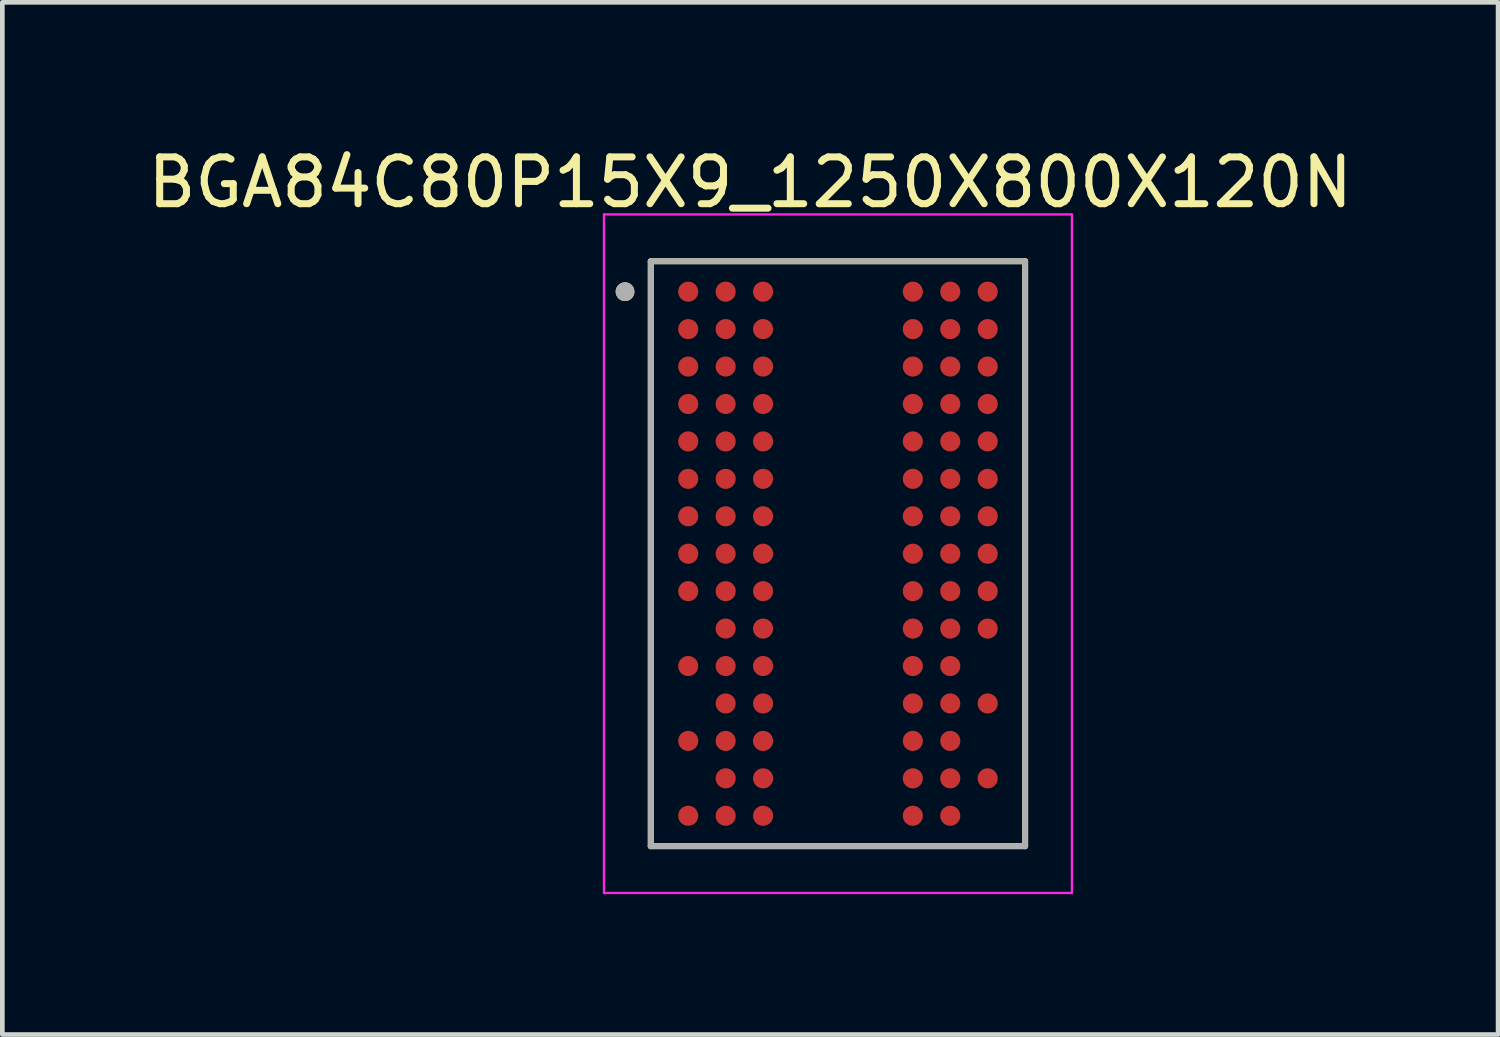
<source format=kicad_pcb>
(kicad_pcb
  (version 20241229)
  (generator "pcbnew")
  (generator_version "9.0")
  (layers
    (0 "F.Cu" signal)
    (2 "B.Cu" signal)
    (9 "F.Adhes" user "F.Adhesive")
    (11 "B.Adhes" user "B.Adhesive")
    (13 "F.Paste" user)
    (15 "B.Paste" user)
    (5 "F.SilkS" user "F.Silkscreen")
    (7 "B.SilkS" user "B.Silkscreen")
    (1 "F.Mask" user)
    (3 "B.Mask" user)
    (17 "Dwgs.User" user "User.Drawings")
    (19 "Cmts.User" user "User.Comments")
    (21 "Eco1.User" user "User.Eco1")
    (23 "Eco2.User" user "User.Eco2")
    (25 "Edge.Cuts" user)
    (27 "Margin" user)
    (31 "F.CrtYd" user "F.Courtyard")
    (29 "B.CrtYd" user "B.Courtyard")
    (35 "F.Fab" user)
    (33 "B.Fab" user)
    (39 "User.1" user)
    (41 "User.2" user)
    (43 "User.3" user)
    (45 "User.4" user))
  (footprint "BGA84C80P15X9_1250X800X120N"
    (layer "F.Cu")
    (at 14.857 8.783)
    (property "Reference" "BGA84C80P15X9_1250X800X120N" (at -1.875 -7.935 0) (layer "F.SilkS") (effects (font (size 1 1) (thickness 0.15))))
    (attr through_hole)
    (fp_line (start -4 -6.25) (end 4 -6.25) (stroke (width 0.127) (type solid)) (layer "F.SilkS"))
    (fp_line (start -4 6.25) (end -4 -6.25) (stroke (width 0.127) (type solid)) (layer "F.SilkS"))
    (fp_line (start 4 -6.25) (end 4 6.25) (stroke (width 0.127) (type solid)) (layer "F.SilkS"))
    (fp_line (start 4 6.25) (end -4 6.25) (stroke (width 0.127) (type solid)) (layer "F.SilkS"))
    (fp_circle (center -4.55 -5.6) (end -4.45 -5.6) (stroke (width 0.2) (type solid)) (fill no) (layer "F.SilkS"))
    (fp_line (start -5 -7.25) (end 5 -7.25) (stroke (width 0.05) (type solid)) (layer "F.CrtYd"))
    (fp_line (start -5 7.25) (end -5 -7.25) (stroke (width 0.05) (type solid)) (layer "F.CrtYd"))
    (fp_line (start -5 7.25) (end 5 7.25) (stroke (width 0.05) (type solid)) (layer "F.CrtYd"))
    (fp_line (start 5 7.25) (end 5 -7.25) (stroke (width 0.05) (type solid)) (layer "F.CrtYd"))
    (fp_line (start -4 6.25) (end -4 -6.25) (stroke (width 0.127) (type solid)) (layer "F.Fab"))
    (fp_line (start 4 -6.25) (end -4 -6.25) (stroke (width 0.127) (type solid)) (layer "F.Fab"))
    (fp_line (start 4 6.25) (end -4 6.25) (stroke (width 0.127) (type solid)) (layer "F.Fab"))
    (fp_line (start 4 6.25) (end 4 -6.25) (stroke (width 0.127) (type solid)) (layer "F.Fab"))
    (fp_circle (center -4.55 -5.6) (end -4.45 -5.6) (stroke (width 0.2) (type solid)) (fill no) (layer "F.Fab"))
    (pad "A1" smd circle (at -3.2 -5.6) (size 0.43 0.43) (layers "F.Cu" "F.Mask" "F.Paste"))
    (pad "A2" smd circle (at -2.4 -5.6) (size 0.43 0.43) (layers "F.Cu" "F.Mask" "F.Paste"))
    (pad "A3" smd circle (at -1.6 -5.6) (size 0.43 0.43) (layers "F.Cu" "F.Mask" "F.Paste"))
    (pad "A7" smd circle (at 1.6 -5.6) (size 0.43 0.43) (layers "F.Cu" "F.Mask" "F.Paste"))
    (pad "A8" smd circle (at 2.4 -5.6) (size 0.43 0.43) (layers "F.Cu" "F.Mask" "F.Paste"))
    (pad "A9" smd circle (at 3.2 -5.6) (size 0.43 0.43) (layers "F.Cu" "F.Mask" "F.Paste"))
    (pad "B1" smd circle (at -3.2 -4.8) (size 0.43 0.43) (layers "F.Cu" "F.Mask" "F.Paste"))
    (pad "B2" smd circle (at -2.4 -4.8) (size 0.43 0.43) (layers "F.Cu" "F.Mask" "F.Paste"))
    (pad "B3" smd circle (at -1.6 -4.8) (size 0.43 0.43) (layers "F.Cu" "F.Mask" "F.Paste"))
    (pad "B7" smd circle (at 1.6 -4.8) (size 0.43 0.43) (layers "F.Cu" "F.Mask" "F.Paste"))
    (pad "B8" smd circle (at 2.4 -4.8) (size 0.43 0.43) (layers "F.Cu" "F.Mask" "F.Paste"))
    (pad "B9" smd circle (at 3.2 -4.8) (size 0.43 0.43) (layers "F.Cu" "F.Mask" "F.Paste"))
    (pad "C1" smd circle (at -3.2 -4) (size 0.43 0.43) (layers "F.Cu" "F.Mask" "F.Paste"))
    (pad "C2" smd circle (at -2.4 -4) (size 0.43 0.43) (layers "F.Cu" "F.Mask" "F.Paste"))
    (pad "C3" smd circle (at -1.6 -4) (size 0.43 0.43) (layers "F.Cu" "F.Mask" "F.Paste"))
    (pad "C7" smd circle (at 1.6 -4) (size 0.43 0.43) (layers "F.Cu" "F.Mask" "F.Paste"))
    (pad "C8" smd circle (at 2.4 -4) (size 0.43 0.43) (layers "F.Cu" "F.Mask" "F.Paste"))
    (pad "C9" smd circle (at 3.2 -4) (size 0.43 0.43) (layers "F.Cu" "F.Mask" "F.Paste"))
    (pad "D1" smd circle (at -3.2 -3.2) (size 0.43 0.43) (layers "F.Cu" "F.Mask" "F.Paste"))
    (pad "D2" smd circle (at -2.4 -3.2) (size 0.43 0.43) (layers "F.Cu" "F.Mask" "F.Paste"))
    (pad "D3" smd circle (at -1.6 -3.2) (size 0.43 0.43) (layers "F.Cu" "F.Mask" "F.Paste"))
    (pad "D7" smd circle (at 1.6 -3.2) (size 0.43 0.43) (layers "F.Cu" "F.Mask" "F.Paste"))
    (pad "D8" smd circle (at 2.4 -3.2) (size 0.43 0.43) (layers "F.Cu" "F.Mask" "F.Paste"))
    (pad "D9" smd circle (at 3.2 -3.2) (size 0.43 0.43) (layers "F.Cu" "F.Mask" "F.Paste"))
    (pad "E1" smd circle (at -3.2 -2.4) (size 0.43 0.43) (layers "F.Cu" "F.Mask" "F.Paste"))
    (pad "E2" smd circle (at -2.4 -2.4) (size 0.43 0.43) (layers "F.Cu" "F.Mask" "F.Paste"))
    (pad "E3" smd circle (at -1.6 -2.4) (size 0.43 0.43) (layers "F.Cu" "F.Mask" "F.Paste"))
    (pad "E7" smd circle (at 1.6 -2.4) (size 0.43 0.43) (layers "F.Cu" "F.Mask" "F.Paste"))
    (pad "E8" smd circle (at 2.4 -2.4) (size 0.43 0.43) (layers "F.Cu" "F.Mask" "F.Paste"))
    (pad "E9" smd circle (at 3.2 -2.4) (size 0.43 0.43) (layers "F.Cu" "F.Mask" "F.Paste"))
    (pad "F1" smd circle (at -3.2 -1.6) (size 0.43 0.43) (layers "F.Cu" "F.Mask" "F.Paste"))
    (pad "F2" smd circle (at -2.4 -1.6) (size 0.43 0.43) (layers "F.Cu" "F.Mask" "F.Paste"))
    (pad "F3" smd circle (at -1.6 -1.6) (size 0.43 0.43) (layers "F.Cu" "F.Mask" "F.Paste"))
    (pad "F7" smd circle (at 1.6 -1.6) (size 0.43 0.43) (layers "F.Cu" "F.Mask" "F.Paste"))
    (pad "F8" smd circle (at 2.4 -1.6) (size 0.43 0.43) (layers "F.Cu" "F.Mask" "F.Paste"))
    (pad "F9" smd circle (at 3.2 -1.6) (size 0.43 0.43) (layers "F.Cu" "F.Mask" "F.Paste"))
    (pad "G1" smd circle (at -3.2 -0.8) (size 0.43 0.43) (layers "F.Cu" "F.Mask" "F.Paste"))
    (pad "G2" smd circle (at -2.4 -0.8) (size 0.43 0.43) (layers "F.Cu" "F.Mask" "F.Paste"))
    (pad "G3" smd circle (at -1.6 -0.8) (size 0.43 0.43) (layers "F.Cu" "F.Mask" "F.Paste"))
    (pad "G7" smd circle (at 1.6 -0.8) (size 0.43 0.43) (layers "F.Cu" "F.Mask" "F.Paste"))
    (pad "G8" smd circle (at 2.4 -0.8) (size 0.43 0.43) (layers "F.Cu" "F.Mask" "F.Paste"))
    (pad "G9" smd circle (at 3.2 -0.8) (size 0.43 0.43) (layers "F.Cu" "F.Mask" "F.Paste"))
    (pad "H1" smd circle (at -3.2 0) (size 0.43 0.43) (layers "F.Cu" "F.Mask" "F.Paste"))
    (pad "H2" smd circle (at -2.4 0) (size 0.43 0.43) (layers "F.Cu" "F.Mask" "F.Paste"))
    (pad "H3" smd circle (at -1.6 0) (size 0.43 0.43) (layers "F.Cu" "F.Mask" "F.Paste"))
    (pad "H7" smd circle (at 1.6 0) (size 0.43 0.43) (layers "F.Cu" "F.Mask" "F.Paste"))
    (pad "H8" smd circle (at 2.4 0) (size 0.43 0.43) (layers "F.Cu" "F.Mask" "F.Paste"))
    (pad "H9" smd circle (at 3.2 0) (size 0.43 0.43) (layers "F.Cu" "F.Mask" "F.Paste"))
    (pad "J1" smd circle (at -3.2 0.8) (size 0.43 0.43) (layers "F.Cu" "F.Mask" "F.Paste"))
    (pad "J2" smd circle (at -2.4 0.8) (size 0.43 0.43) (layers "F.Cu" "F.Mask" "F.Paste"))
    (pad "J3" smd circle (at -1.6 0.8) (size 0.43 0.43) (layers "F.Cu" "F.Mask" "F.Paste"))
    (pad "J7" smd circle (at 1.6 0.8) (size 0.43 0.43) (layers "F.Cu" "F.Mask" "F.Paste"))
    (pad "J8" smd circle (at 2.4 0.8) (size 0.43 0.43) (layers "F.Cu" "F.Mask" "F.Paste"))
    (pad "J9" smd circle (at 3.2 0.8) (size 0.43 0.43) (layers "F.Cu" "F.Mask" "F.Paste"))
    (pad "K2" smd circle (at -2.4 1.6) (size 0.43 0.43) (layers "F.Cu" "F.Mask" "F.Paste"))
    (pad "K3" smd circle (at -1.6 1.6) (size 0.43 0.43) (layers "F.Cu" "F.Mask" "F.Paste"))
    (pad "K7" smd circle (at 1.6 1.6) (size 0.43 0.43) (layers "F.Cu" "F.Mask" "F.Paste"))
    (pad "K8" smd circle (at 2.4 1.6) (size 0.43 0.43) (layers "F.Cu" "F.Mask" "F.Paste"))
    (pad "K9" smd circle (at 3.2 1.6) (size 0.43 0.43) (layers "F.Cu" "F.Mask" "F.Paste"))
    (pad "L1" smd circle (at -3.2 2.4) (size 0.43 0.43) (layers "F.Cu" "F.Mask" "F.Paste"))
    (pad "L2" smd circle (at -2.4 2.4) (size 0.43 0.43) (layers "F.Cu" "F.Mask" "F.Paste"))
    (pad "L3" smd circle (at -1.6 2.4) (size 0.43 0.43) (layers "F.Cu" "F.Mask" "F.Paste"))
    (pad "L7" smd circle (at 1.6 2.4) (size 0.43 0.43) (layers "F.Cu" "F.Mask" "F.Paste"))
    (pad "L8" smd circle (at 2.4 2.4) (size 0.43 0.43) (layers "F.Cu" "F.Mask" "F.Paste"))
    (pad "M2" smd circle (at -2.4 3.2) (size 0.43 0.43) (layers "F.Cu" "F.Mask" "F.Paste"))
    (pad "M3" smd circle (at -1.6 3.2) (size 0.43 0.43) (layers "F.Cu" "F.Mask" "F.Paste"))
    (pad "M7" smd circle (at 1.6 3.2) (size 0.43 0.43) (layers "F.Cu" "F.Mask" "F.Paste"))
    (pad "M8" smd circle (at 2.4 3.2) (size 0.43 0.43) (layers "F.Cu" "F.Mask" "F.Paste"))
    (pad "M9" smd circle (at 3.2 3.2) (size 0.43 0.43) (layers "F.Cu" "F.Mask" "F.Paste"))
    (pad "N1" smd circle (at -3.2 4) (size 0.43 0.43) (layers "F.Cu" "F.Mask" "F.Paste"))
    (pad "N2" smd circle (at -2.4 4) (size 0.43 0.43) (layers "F.Cu" "F.Mask" "F.Paste"))
    (pad "N3" smd circle (at -1.6 4) (size 0.43 0.43) (layers "F.Cu" "F.Mask" "F.Paste"))
    (pad "N7" smd circle (at 1.6 4) (size 0.43 0.43) (layers "F.Cu" "F.Mask" "F.Paste"))
    (pad "N8" smd circle (at 2.4 4) (size 0.43 0.43) (layers "F.Cu" "F.Mask" "F.Paste"))
    (pad "P2" smd circle (at -2.4 4.8) (size 0.43 0.43) (layers "F.Cu" "F.Mask" "F.Paste"))
    (pad "P3" smd circle (at -1.6 4.8) (size 0.43 0.43) (layers "F.Cu" "F.Mask" "F.Paste"))
    (pad "P7" smd circle (at 1.6 4.8) (size 0.43 0.43) (layers "F.Cu" "F.Mask" "F.Paste"))
    (pad "P8" smd circle (at 2.4 4.8) (size 0.43 0.43) (layers "F.Cu" "F.Mask" "F.Paste"))
    (pad "P9" smd circle (at 3.2 4.8) (size 0.43 0.43) (layers "F.Cu" "F.Mask" "F.Paste"))
    (pad "R1" smd circle (at -3.2 5.6) (size 0.43 0.43) (layers "F.Cu" "F.Mask" "F.Paste"))
    (pad "R2" smd circle (at -2.4 5.6) (size 0.43 0.43) (layers "F.Cu" "F.Mask" "F.Paste"))
    (pad "R3" smd circle (at -1.6 5.6) (size 0.43 0.43) (layers "F.Cu" "F.Mask" "F.Paste"))
    (pad "R7" smd circle (at 1.6 5.6) (size 0.43 0.43) (layers "F.Cu" "F.Mask" "F.Paste"))
    (pad "R8" smd circle (at 2.4 5.6) (size 0.43 0.43) (layers "F.Cu" "F.Mask" "F.Paste")))
  (gr_rect
    (start -3 -3)
    (end 28.964 19.058)
    (stroke (width 0.1) (type default))
    (fill no)
    (layer "Edge.Cuts")))
</source>
